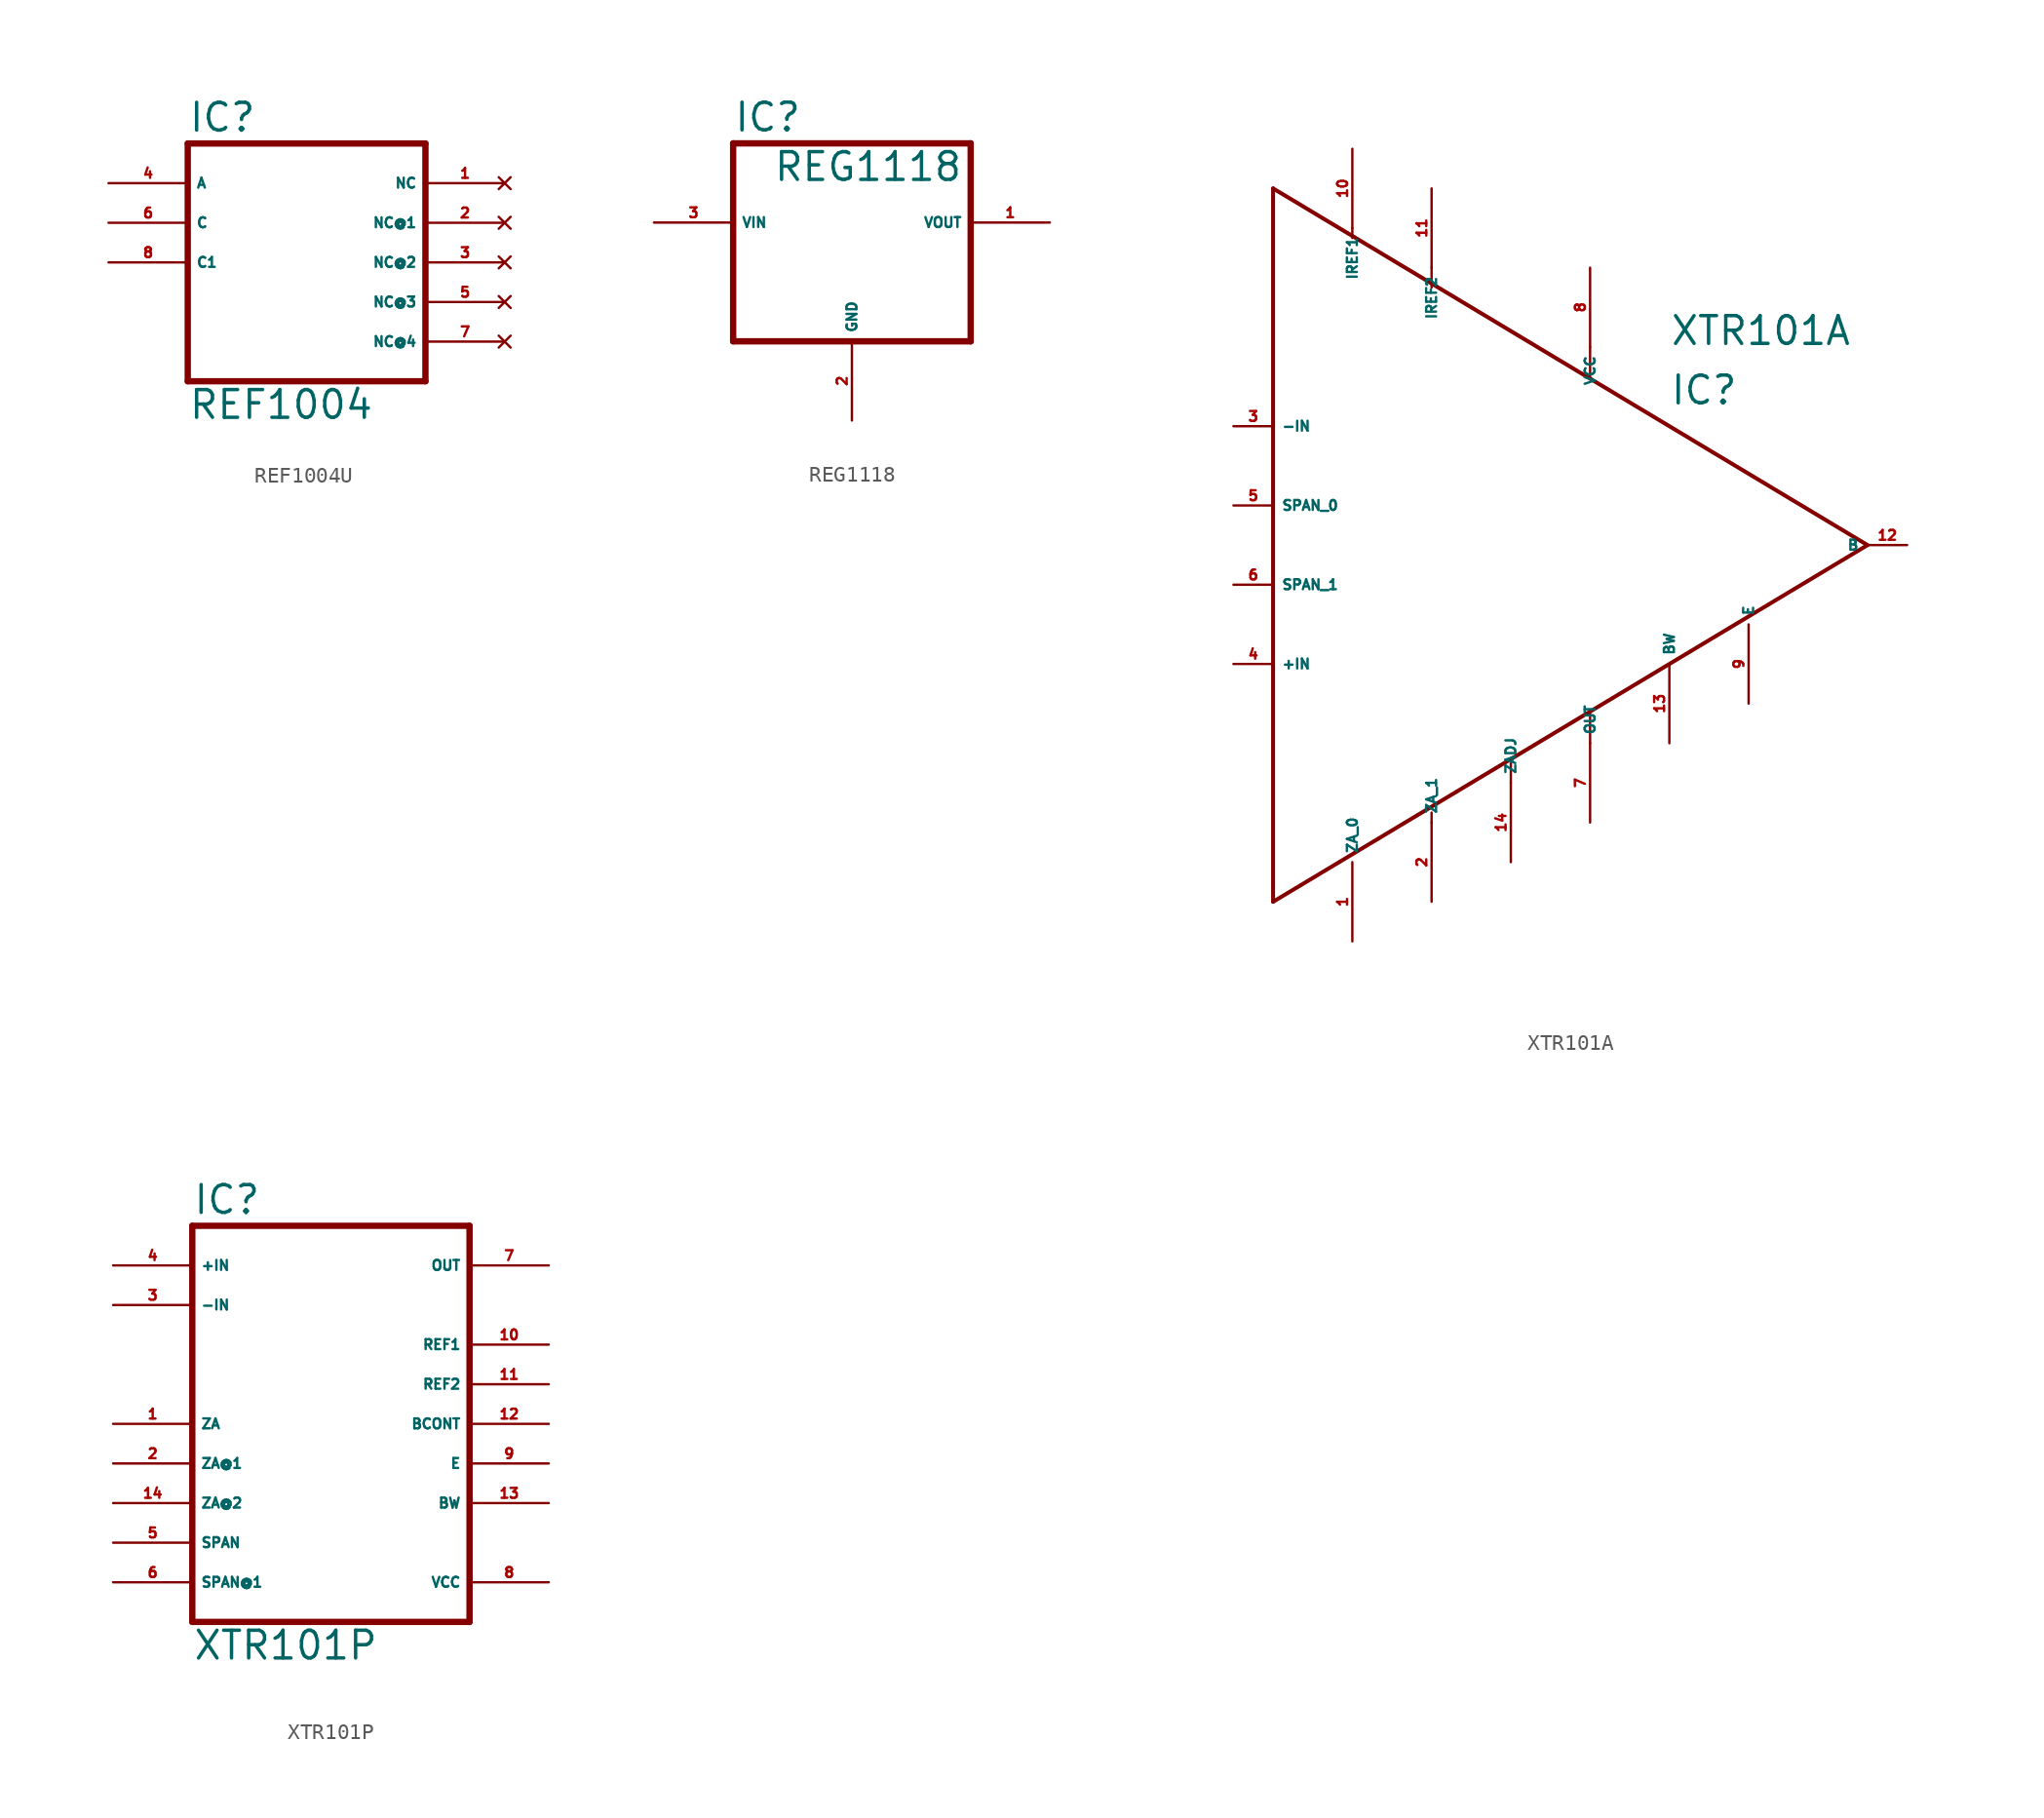
<source format=kicad_sym>
(kicad_symbol_lib
  (version 20220914)
  (generator Eagle2Kicad)
  (symbol "REF1004U"
    (property "Reference" "IC"
      (at -7.62 8.255 0)
      (effects (font (size 1.778 1.778) (thickness 0.22)) (justify left bottom)))
    (property "Value" "REF1004"
      (at -7.62 -10.16 0)
      (effects (font (size 1.778 1.778) (thickness 0.22)) (justify left bottom)))
    (polyline
      (pts (xy 7.62 -7.62) (xy -7.62 -7.62))
      (stroke (width 0.406) (type default))
      (fill (type none)))
    (polyline
      (pts (xy -7.62 -7.62) (xy -7.62 7.62))
      (stroke (width 0.406) (type default))
      (fill (type none)))
    (polyline
      (pts (xy -7.62 7.62) (xy 7.62 7.62))
      (stroke (width 0.406) (type default))
      (fill (type none)))
    (polyline
      (pts (xy 7.62 7.62) (xy 7.62 -7.62))
      (stroke (width 0.406) (type default))
      (fill (type none)))
    (pin no_connect line
      (at 12.7 5.08 180)
      (length 5.08)
      (name "NC" (effects (font (size 0.635 0.635) (thickness 0.08)) (justify left bottom) hide))
      (number "1" (effects (font (size 0.635 0.635) (thickness 0.08)) (justify left bottom) hide)))
    (pin no_connect line
      (at 12.7 2.54 180)
      (length 5.08)
      (name "NC@1" (effects (font (size 0.635 0.635) (thickness 0.08)) (justify left bottom) hide))
      (number "2" (effects (font (size 0.635 0.635) (thickness 0.08)) (justify left bottom) hide)))
    (pin no_connect line
      (at 12.7 0 180)
      (length 5.08)
      (name "NC@2" (effects (font (size 0.635 0.635) (thickness 0.08)) (justify left bottom) hide))
      (number "3" (effects (font (size 0.635 0.635) (thickness 0.08)) (justify left bottom) hide)))
    (pin no_connect line
      (at 12.7 -2.54 180)
      (length 5.08)
      (name "NC@3" (effects (font (size 0.635 0.635) (thickness 0.08)) (justify left bottom) hide))
      (number "5" (effects (font (size 0.635 0.635) (thickness 0.08)) (justify left bottom) hide)))
    (pin no_connect line
      (at 12.7 -5.08 180)
      (length 5.08)
      (name "NC@4" (effects (font (size 0.635 0.635) (thickness 0.08)) (justify left bottom) hide))
      (number "7" (effects (font (size 0.635 0.635) (thickness 0.08)) (justify left bottom) hide)))
    (pin passive line
      (at -12.7 5.08 0)
      (length 5.08)
      (name "A" (effects (font (size 0.635 0.635) (thickness 0.08)) (justify left bottom)))
      (number "4" (effects (font (size 0.635 0.635) (thickness 0.08)) (justify left bottom))))
    (pin passive line
      (at -12.7 2.54 0)
      (length 5.08)
      (name "C" (effects (font (size 0.635 0.635) (thickness 0.08)) (justify left bottom)))
      (number "6" (effects (font (size 0.635 0.635) (thickness 0.08)) (justify left bottom))))
    (pin passive line
      (at -12.7 0 0)
      (length 5.08)
      (name "C1" (effects (font (size 0.635 0.635) (thickness 0.08)) (justify left bottom)))
      (number "8" (effects (font (size 0.635 0.635) (thickness 0.08)) (justify left bottom)))))
  (symbol "REG1118"
    (property "Reference" "IC"
      (at -7.62 5.715 0)
      (effects (font (size 1.778 1.778) (thickness 0.22)) (justify left bottom)))
    (property "Value" "REG1118"
      (at -5.08 2.54 0)
      (effects (font (size 1.778 1.778) (thickness 0.22)) (justify left bottom)))
    (polyline
      (pts (xy -7.62 -7.62) (xy 7.62 -7.62))
      (stroke (width 0.406) (type default))
      (fill (type none)))
    (polyline
      (pts (xy 7.62 -7.62) (xy 7.62 5.08))
      (stroke (width 0.406) (type default))
      (fill (type none)))
    (polyline
      (pts (xy 7.62 5.08) (xy -7.62 5.08))
      (stroke (width 0.406) (type default))
      (fill (type none)))
    (polyline
      (pts (xy -7.62 5.08) (xy -7.62 -7.62))
      (stroke (width 0.406) (type default))
      (fill (type none)))
    (pin input line
      (at -12.7 0 0)
      (length 5.08)
      (name "VIN" (effects (font (size 0.635 0.635) (thickness 0.08)) (justify left bottom)))
      (number "3" (effects (font (size 0.635 0.635) (thickness 0.08)) (justify left bottom))))
    (pin output line
      (at 12.7 0 180)
      (length 5.08)
      (name "VOUT" (effects (font (size 0.635 0.635) (thickness 0.08)) (justify left bottom)))
      (number "1" (effects (font (size 0.635 0.635) (thickness 0.08)) (justify left bottom))))
    (pin unspecified line
      (at 0 -12.7 90)
      (length 5.08)
      (name "GND" (effects (font (size 0.635 0.635) (thickness 0.08)) (justify left bottom)))
      (number "2" (effects (font (size 0.635 0.635) (thickness 0.08)) (justify left bottom)))))
  (symbol "XTR101A"
    (property "Reference" "IC"
      (at 10.16 8.89 0)
      (effects (font (size 1.778 1.778) (thickness 0.22)) (justify left bottom)))
    (property "Value" "XTR101A"
      (at 10.16 12.7 0)
      (effects (font (size 1.778 1.778) (thickness 0.22)) (justify left bottom)))
    (polyline
      (pts (xy -15.24 -22.86) (xy 22.86 0))
      (stroke (width 0.254) (type default))
      (fill (type none)))
    (polyline
      (pts (xy 22.86 0) (xy -15.24 22.86))
      (stroke (width 0.254) (type default))
      (fill (type none)))
    (polyline
      (pts (xy -15.24 22.86) (xy -15.24 -22.86))
      (stroke (width 0.254) (type default))
      (fill (type none)))
    (polyline
      (pts (xy -10.16 20.32) (xy -10.16 19.685))
      (stroke (width 0.152) (type default))
      (fill (type none)))
    (polyline
      (pts (xy -5.08 17.78) (xy -5.08 16.51))
      (stroke (width 0.152) (type default))
      (fill (type none)))
    (polyline
      (pts (xy -5.08 -17.78) (xy -5.08 -17.145))
      (stroke (width 0.152) (type default))
      (fill (type none)))
    (polyline
      (pts (xy 0 -15.24) (xy 0 -13.97))
      (stroke (width 0.152) (type default))
      (fill (type none)))
    (polyline
      (pts (xy 5.08 -12.7) (xy 5.08 -10.795))
      (stroke (width 0.152) (type default))
      (fill (type none)))
    (polyline
      (pts (xy 5.08 12.7) (xy 5.08 10.795))
      (stroke (width 0.152) (type default))
      (fill (type none)))
    (pin input line
      (at -17.78 7.62 0)
      (length 2.54)
      (name "-IN" (effects (font (size 0.635 0.635) (thickness 0.08)) (justify left bottom)))
      (number "3" (effects (font (size 0.635 0.635) (thickness 0.08)) (justify left bottom))))
    (pin input line
      (at -17.78 -7.62 0)
      (length 2.54)
      (name "+IN" (effects (font (size 0.635 0.635) (thickness 0.08)) (justify left bottom)))
      (number "4" (effects (font (size 0.635 0.635) (thickness 0.08)) (justify left bottom))))
    (pin passive line
      (at -17.78 2.54 0)
      (length 2.54)
      (name "SPAN_0" (effects (font (size 0.635 0.635) (thickness 0.08)) (justify left bottom)))
      (number "5" (effects (font (size 0.635 0.635) (thickness 0.08)) (justify left bottom))))
    (pin passive line
      (at -17.78 -2.54 0)
      (length 2.54)
      (name "SPAN_1" (effects (font (size 0.635 0.635) (thickness 0.08)) (justify left bottom)))
      (number "6" (effects (font (size 0.635 0.635) (thickness 0.08)) (justify left bottom))))
    (pin input line
      (at -10.16 25.4 270)
      (length 5.08)
      (name "IREF1" (effects (font (size 0.635 0.635) (thickness 0.08)) (justify left bottom)))
      (number "10" (effects (font (size 0.635 0.635) (thickness 0.08)) (justify left bottom))))
    (pin input line
      (at -5.08 22.86 270)
      (length 5.08)
      (name "IREF2" (effects (font (size 0.635 0.635) (thickness 0.08)) (justify left bottom)))
      (number "11" (effects (font (size 0.635 0.635) (thickness 0.08)) (justify left bottom))))
    (pin output line
      (at 5.08 -17.78 90)
      (length 5.08)
      (name "OUT" (effects (font (size 0.635 0.635) (thickness 0.08)) (justify left bottom)))
      (number "7" (effects (font (size 0.635 0.635) (thickness 0.08)) (justify left bottom))))
    (pin output line
      (at 10.16 -12.7 90)
      (length 5.08)
      (name "BW" (effects (font (size 0.635 0.635) (thickness 0.08)) (justify left bottom)))
      (number "13" (effects (font (size 0.635 0.635) (thickness 0.08)) (justify left bottom))))
    (pin output line
      (at 15.24 -10.16 90)
      (length 5.08)
      (name "E" (effects (font (size 0.635 0.635) (thickness 0.08)) (justify left bottom)))
      (number "9" (effects (font (size 0.635 0.635) (thickness 0.08)) (justify left bottom))))
    (pin output line
      (at 0 -20.32 90)
      (length 5.08)
      (name "ZADJ" (effects (font (size 0.635 0.635) (thickness 0.08)) (justify left bottom)))
      (number "14" (effects (font (size 0.635 0.635) (thickness 0.08)) (justify left bottom))))
    (pin unspecified line
      (at 5.08 17.78 270)
      (length 5.08)
      (name "VCC" (effects (font (size 0.635 0.635) (thickness 0.08)) (justify left bottom)))
      (number "8" (effects (font (size 0.635 0.635) (thickness 0.08)) (justify left bottom))))
    (pin passive line
      (at -10.16 -25.4 90)
      (length 5.08)
      (name "ZA_0" (effects (font (size 0.635 0.635) (thickness 0.08)) (justify left bottom)))
      (number "1" (effects (font (size 0.635 0.635) (thickness 0.08)) (justify left bottom))))
    (pin passive line
      (at -5.08 -22.86 90)
      (length 5.08)
      (name "ZA_1" (effects (font (size 0.635 0.635) (thickness 0.08)) (justify left bottom)))
      (number "2" (effects (font (size 0.635 0.635) (thickness 0.08)) (justify left bottom))))
    (pin output line
      (at 25.4 0 180)
      (length 2.54)
      (name "B" (effects (font (size 0.635 0.635) (thickness 0.08)) (justify left bottom)))
      (number "12" (effects (font (size 0.635 0.635) (thickness 0.08)) (justify left bottom)))))
  (symbol "XTR101P"
    (property "Reference" "IC"
      (at -7.62 13.335 0)
      (effects (font (size 1.778 1.778) (thickness 0.22)) (justify left bottom)))
    (property "Value" "XTR101P"
      (at -7.62 -15.24 0)
      (effects (font (size 1.778 1.778) (thickness 0.22)) (justify left bottom)))
    (polyline
      (pts (xy -7.62 -12.7) (xy 10.16 -12.7))
      (stroke (width 0.406) (type default))
      (fill (type none)))
    (polyline
      (pts (xy 10.16 -12.7) (xy 10.16 12.7))
      (stroke (width 0.406) (type default))
      (fill (type none)))
    (polyline
      (pts (xy 10.16 12.7) (xy -7.62 12.7))
      (stroke (width 0.406) (type default))
      (fill (type none)))
    (polyline
      (pts (xy -7.62 12.7) (xy -7.62 -12.7))
      (stroke (width 0.406) (type default))
      (fill (type none)))
    (pin output line
      (at 15.24 10.16 180)
      (length 5.08)
      (name "OUT" (effects (font (size 0.635 0.635) (thickness 0.08)) (justify left bottom)))
      (number "7" (effects (font (size 0.635 0.635) (thickness 0.08)) (justify left bottom))))
    (pin output line
      (at 15.24 5.08 180)
      (length 5.08)
      (name "REF1" (effects (font (size 0.635 0.635) (thickness 0.08)) (justify left bottom)))
      (number "10" (effects (font (size 0.635 0.635) (thickness 0.08)) (justify left bottom))))
    (pin output line
      (at 15.24 2.54 180)
      (length 5.08)
      (name "REF2" (effects (font (size 0.635 0.635) (thickness 0.08)) (justify left bottom)))
      (number "11" (effects (font (size 0.635 0.635) (thickness 0.08)) (justify left bottom))))
    (pin output line
      (at 15.24 0 180)
      (length 5.08)
      (name "BCONT" (effects (font (size 0.635 0.635) (thickness 0.08)) (justify left bottom)))
      (number "12" (effects (font (size 0.635 0.635) (thickness 0.08)) (justify left bottom))))
    (pin input line
      (at -12.7 10.16 0)
      (length 5.08)
      (name "+IN" (effects (font (size 0.635 0.635) (thickness 0.08)) (justify left bottom)))
      (number "4" (effects (font (size 0.635 0.635) (thickness 0.08)) (justify left bottom))))
    (pin input line
      (at -12.7 7.62 0)
      (length 5.08)
      (name "-IN" (effects (font (size 0.635 0.635) (thickness 0.08)) (justify left bottom)))
      (number "3" (effects (font (size 0.635 0.635) (thickness 0.08)) (justify left bottom))))
    (pin passive line
      (at -12.7 0 0)
      (length 5.08)
      (name "ZA" (effects (font (size 0.635 0.635) (thickness 0.08)) (justify left bottom)))
      (number "1" (effects (font (size 0.635 0.635) (thickness 0.08)) (justify left bottom))))
    (pin passive line
      (at -12.7 -2.54 0)
      (length 5.08)
      (name "ZA@1" (effects (font (size 0.635 0.635) (thickness 0.08)) (justify left bottom)))
      (number "2" (effects (font (size 0.635 0.635) (thickness 0.08)) (justify left bottom))))
    (pin unspecified line
      (at 15.24 -10.16 180)
      (length 5.08)
      (name "VCC" (effects (font (size 0.635 0.635) (thickness 0.08)) (justify left bottom)))
      (number "8" (effects (font (size 0.635 0.635) (thickness 0.08)) (justify left bottom))))
    (pin unspecified line
      (at -12.7 -5.08 0)
      (length 5.08)
      (name "ZA@2" (effects (font (size 0.635 0.635) (thickness 0.08)) (justify left bottom)))
      (number "14" (effects (font (size 0.635 0.635) (thickness 0.08)) (justify left bottom))))
    (pin unspecified line
      (at -12.7 -7.62 0)
      (length 5.08)
      (name "SPAN" (effects (font (size 0.635 0.635) (thickness 0.08)) (justify left bottom)))
      (number "5" (effects (font (size 0.635 0.635) (thickness 0.08)) (justify left bottom))))
    (pin unspecified line
      (at -12.7 -10.16 0)
      (length 5.08)
      (name "SPAN@1" (effects (font (size 0.635 0.635) (thickness 0.08)) (justify left bottom)))
      (number "6" (effects (font (size 0.635 0.635) (thickness 0.08)) (justify left bottom))))
    (pin passive line
      (at 15.24 -2.54 180)
      (length 5.08)
      (name "E" (effects (font (size 0.635 0.635) (thickness 0.08)) (justify left bottom)))
      (number "9" (effects (font (size 0.635 0.635) (thickness 0.08)) (justify left bottom))))
    (pin passive line
      (at 15.24 -5.08 180)
      (length 5.08)
      (name "BW" (effects (font (size 0.635 0.635) (thickness 0.08)) (justify left bottom)))
      (number "13" (effects (font (size 0.635 0.635) (thickness 0.08)) (justify left bottom))))))
</source>
